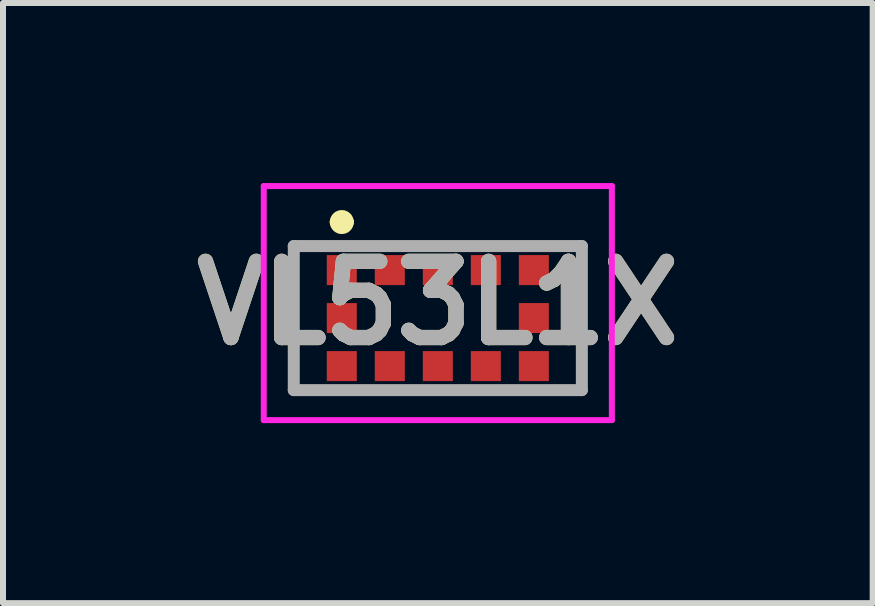
<source format=kicad_pcb>
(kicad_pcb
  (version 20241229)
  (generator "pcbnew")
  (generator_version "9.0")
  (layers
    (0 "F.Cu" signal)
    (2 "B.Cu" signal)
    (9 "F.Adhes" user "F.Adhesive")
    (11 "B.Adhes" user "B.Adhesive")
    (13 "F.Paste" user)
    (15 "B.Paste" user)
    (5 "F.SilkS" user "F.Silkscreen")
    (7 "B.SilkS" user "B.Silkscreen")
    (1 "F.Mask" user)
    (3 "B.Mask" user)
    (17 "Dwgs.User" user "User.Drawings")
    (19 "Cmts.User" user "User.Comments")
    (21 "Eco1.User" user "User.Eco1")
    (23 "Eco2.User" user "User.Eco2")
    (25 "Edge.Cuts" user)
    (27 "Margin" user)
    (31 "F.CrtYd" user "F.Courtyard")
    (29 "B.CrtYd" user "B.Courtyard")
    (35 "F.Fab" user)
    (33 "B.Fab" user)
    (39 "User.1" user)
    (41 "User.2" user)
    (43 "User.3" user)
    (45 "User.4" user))
  (footprint "VL53L1X"
    (layer "F.Cu")
    (at 4.245 2.25)
    (property "Reference" "VL53L1X" (at 0 -0.25 0) (layer "F.SilkS") (effects (font (size 1.27 1.27) (thickness 0.254))))
    (attr smd)
    (fp_line (start -2.4 -1.2) (end 2.4 -1.2) (stroke (width 0.1) (type solid)) (layer "F.SilkS"))
    (fp_line (start -2.4 1.2) (end -2.4 -1.2) (stroke (width 0.1) (type solid)) (layer "F.SilkS"))
    (fp_line (start -1.7 -1.6) (end -1.7 -1.6) (stroke (width 0.2) (type solid)) (layer "F.SilkS"))
    (fp_line (start -1.5 -1.6) (end -1.5 -1.6) (stroke (width 0.2) (type solid)) (layer "F.SilkS"))
    (fp_line (start 2.4 -1.2) (end 2.4 1.2) (stroke (width 0.1) (type solid)) (layer "F.SilkS"))
    (fp_line (start 2.4 1.2) (end -2.4 1.2) (stroke (width 0.1) (type solid)) (layer "F.SilkS"))
    (fp_arc (start -1.7 -1.6) (mid -1.6 -1.7) (end -1.5 -1.6) (stroke (width 0.2) (type solid)) (layer "F.SilkS"))
    (fp_arc (start -1.5 -1.6) (mid -1.6 -1.5) (end -1.7 -1.6) (stroke (width 0.2) (type solid)) (layer "F.SilkS"))
    (fp_line (start -2.9 -2.2) (end 2.9 -2.2) (stroke (width 0.1) (type solid)) (layer "F.CrtYd"))
    (fp_line (start -2.9 1.7) (end -2.9 -2.2) (stroke (width 0.1) (type solid)) (layer "F.CrtYd"))
    (fp_line (start 2.9 -2.2) (end 2.9 1.7) (stroke (width 0.1) (type solid)) (layer "F.CrtYd"))
    (fp_line (start 2.9 1.7) (end -2.9 1.7) (stroke (width 0.1) (type solid)) (layer "F.CrtYd"))
    (fp_line (start -2.4 -1.2) (end -2.4 1.2) (stroke (width 0.2) (type solid)) (layer "F.Fab"))
    (fp_line (start -2.4 1.2) (end 2.4 1.2) (stroke (width 0.2) (type solid)) (layer "F.Fab"))
    (fp_line (start 2.4 -1.2) (end -2.4 -1.2) (stroke (width 0.2) (type solid)) (layer "F.Fab"))
    (fp_line (start 2.4 1.2) (end 2.4 -1.2) (stroke (width 0.2) (type solid)) (layer "F.Fab"))
    (fp_text user "${REFERENCE}" (at 0 -0.25 0) (layer "F.Fab") (effects (font (size 1.27 1.27) (thickness 0.254))))
    (pad "1" smd rect (at -1.6 -0.8 90) (size 0.5 0.5) (layers "F.Cu" "F.Mask" "F.Paste"))
    (pad "2" smd rect (at -0.8 -0.8 90) (size 0.5 0.5) (layers "F.Cu" "F.Mask" "F.Paste"))
    (pad "3" smd rect (at 0 -0.8 90) (size 0.5 0.5) (layers "F.Cu" "F.Mask" "F.Paste"))
    (pad "4" smd rect (at 0.8 -0.8 90) (size 0.5 0.5) (layers "F.Cu" "F.Mask" "F.Paste"))
    (pad "5" smd rect (at 1.6 -0.8 90) (size 0.5 0.5) (layers "F.Cu" "F.Mask" "F.Paste"))
    (pad "6" smd rect (at 1.6 0 90) (size 0.5 0.5) (layers "F.Cu" "F.Mask" "F.Paste"))
    (pad "7" smd rect (at 1.6 0.8 90) (size 0.5 0.5) (layers "F.Cu" "F.Mask" "F.Paste"))
    (pad "8" smd rect (at 0.8 0.8 90) (size 0.5 0.5) (layers "F.Cu" "F.Mask" "F.Paste"))
    (pad "9" smd rect (at 0 0.8 90) (size 0.5 0.5) (layers "F.Cu" "F.Mask" "F.Paste"))
    (pad "10" smd rect (at -0.8 0.8 90) (size 0.5 0.5) (layers "F.Cu" "F.Mask" "F.Paste"))
    (pad "11" smd rect (at -1.6 0.8 90) (size 0.5 0.5) (layers "F.Cu" "F.Mask" "F.Paste"))
    (pad "12" smd rect (at -1.6 0 90) (size 0.5 0.5) (layers "F.Cu" "F.Mask" "F.Paste")))
  (gr_rect
    (start -3 -3)
    (end 11.491 7)
    (stroke (width 0.1) (type default))
    (fill no)
    (layer "Edge.Cuts")))
</source>
